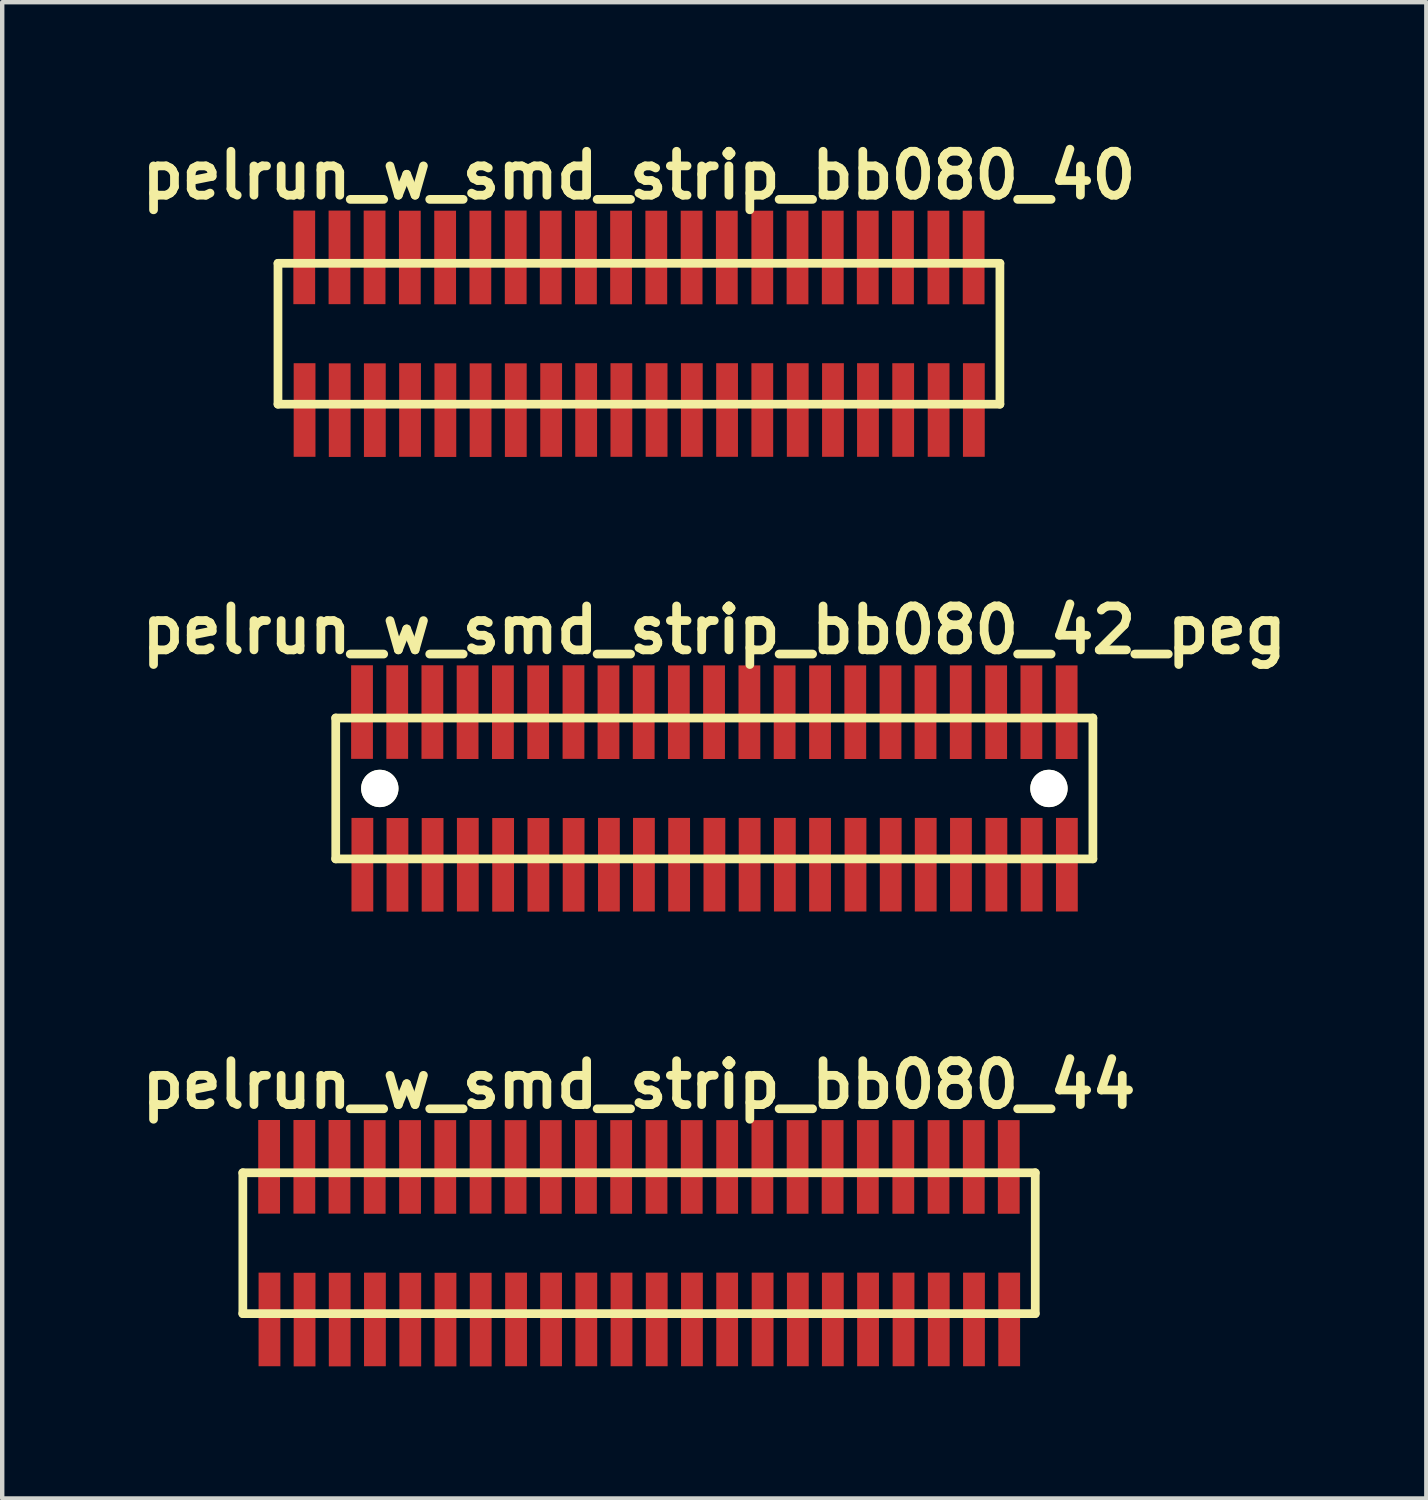
<source format=kicad_pcb>
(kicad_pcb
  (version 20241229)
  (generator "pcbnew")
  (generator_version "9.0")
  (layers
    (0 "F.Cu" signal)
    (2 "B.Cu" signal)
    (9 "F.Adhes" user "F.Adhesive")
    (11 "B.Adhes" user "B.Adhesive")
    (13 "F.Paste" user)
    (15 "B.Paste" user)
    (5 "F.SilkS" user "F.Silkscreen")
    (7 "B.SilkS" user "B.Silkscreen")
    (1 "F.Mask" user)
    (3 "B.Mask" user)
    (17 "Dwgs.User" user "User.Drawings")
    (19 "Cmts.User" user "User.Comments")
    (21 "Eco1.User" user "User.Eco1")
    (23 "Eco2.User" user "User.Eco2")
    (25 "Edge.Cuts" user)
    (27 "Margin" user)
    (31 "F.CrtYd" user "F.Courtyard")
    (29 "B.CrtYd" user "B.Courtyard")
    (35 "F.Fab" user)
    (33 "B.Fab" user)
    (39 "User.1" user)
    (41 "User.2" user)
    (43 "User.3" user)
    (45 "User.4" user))
  (footprint "pelrun_w_smd_strip_bb080_42_peg"
    (layer "F.Cu")
    (at 13.174 14.859)
    (property "Reference" "pelrun_w_smd_strip_bb080_42_peg" (at 0 -3.599 0) (layer "F.SilkS") (effects (font (size 0.998 0.998) (thickness 0.198))))
    (attr through_hole)
    (fp_line (start -8.6 -1.6) (end 8.6 -1.6) (stroke (width 0.198) (type solid)) (layer "F.SilkS"))
    (fp_line (start -8.598 -1.6) (end -8.598 1.6) (stroke (width 0.198) (type solid)) (layer "F.SilkS"))
    (fp_line (start 8.6 1.6) (end -8.6 1.6) (stroke (width 0.198) (type solid)) (layer "F.SilkS"))
    (fp_line (start 8.6 1.6) (end 8.6 -1.6) (stroke (width 0.198) (type solid)) (layer "F.SilkS"))
    (pad "" np_thru_hole circle (at -7.597 0) (size 0.848 0.848) (drill 0.848) (layers "*.Cu" "*.Mask" "F.SilkS"))
    (pad "" np_thru_hole circle (at 7.602 0) (size 0.848 0.848) (drill 0.848) (layers "*.Cu" "*.Mask" "F.SilkS"))
    (pad "1" smd rect (at -7.993 1.732) (size 0.495 2.126) (layers "F.Cu" "F.Mask" "F.Paste"))
    (pad "2" smd rect (at -8.001 -1.735) (size 0.495 2.126) (layers "F.Cu" "F.Mask" "F.Paste"))
    (pad "3" smd rect (at -7.196 1.735) (size 0.495 2.126) (layers "F.Cu" "F.Mask" "F.Paste"))
    (pad "4" smd rect (at -7.201 -1.735) (size 0.495 2.126) (layers "F.Cu" "F.Mask" "F.Paste"))
    (pad "5" smd rect (at -6.398 1.735) (size 0.495 2.126) (layers "F.Cu" "F.Mask" "F.Paste"))
    (pad "6" smd rect (at -6.403 -1.735) (size 0.495 2.126) (layers "F.Cu" "F.Mask" "F.Paste"))
    (pad "7" smd rect (at -5.598 1.732) (size 0.495 2.126) (layers "F.Cu" "F.Mask" "F.Paste"))
    (pad "8" smd rect (at -5.603 -1.732) (size 0.495 2.126) (layers "F.Cu" "F.Mask" "F.Paste"))
    (pad "9" smd rect (at -4.796 1.735) (size 0.495 2.126) (layers "F.Cu" "F.Mask" "F.Paste"))
    (pad "10" smd rect (at -4.801 -1.732) (size 0.495 2.126) (layers "F.Cu" "F.Mask" "F.Paste"))
    (pad "11" smd rect (at -3.995 1.735) (size 0.495 2.126) (layers "F.Cu" "F.Mask" "F.Paste"))
    (pad "12" smd rect (at -4 -1.732) (size 0.495 2.126) (layers "F.Cu" "F.Mask" "F.Paste"))
    (pad "13" smd rect (at -3.195 1.735) (size 0.495 2.126) (layers "F.Cu" "F.Mask" "F.Paste"))
    (pad "14" smd rect (at -3.198 -1.735) (size 0.495 2.126) (layers "F.Cu" "F.Mask" "F.Paste"))
    (pad "15" smd rect (at -2.393 1.732) (size 0.495 2.126) (layers "F.Cu" "F.Mask" "F.Paste"))
    (pad "16" smd rect (at -2.403 -1.732) (size 0.495 2.126) (layers "F.Cu" "F.Mask" "F.Paste"))
    (pad "17" smd rect (at -1.598 1.732) (size 0.495 2.126) (layers "F.Cu" "F.Mask" "F.Paste"))
    (pad "18" smd rect (at -1.603 -1.732) (size 0.495 2.126) (layers "F.Cu" "F.Mask" "F.Paste"))
    (pad "19" smd rect (at -0.798 1.732) (size 0.495 2.126) (layers "F.Cu" "F.Mask" "F.Paste"))
    (pad "20" smd rect (at -0.805 -1.732) (size 0.495 2.126) (layers "F.Cu" "F.Mask" "F.Paste"))
    (pad "21" smd rect (at 0.003 1.732) (size 0.495 2.126) (layers "F.Cu" "F.Mask" "F.Paste"))
    (pad "22" smd rect (at -0.005 -1.732) (size 0.495 2.126) (layers "F.Cu" "F.Mask" "F.Paste"))
    (pad "23" smd rect (at 0.803 1.732) (size 0.495 2.126) (layers "F.Cu" "F.Mask" "F.Paste"))
    (pad "24" smd rect (at 0.798 -1.732) (size 0.495 2.126) (layers "F.Cu" "F.Mask" "F.Paste"))
    (pad "25" smd rect (at 1.603 1.732) (size 0.495 2.126) (layers "F.Cu" "F.Mask" "F.Paste"))
    (pad "26" smd rect (at 1.598 -1.732) (size 0.495 2.126) (layers "F.Cu" "F.Mask" "F.Paste"))
    (pad "27" smd rect (at 2.403 1.732) (size 0.495 2.126) (layers "F.Cu" "F.Mask" "F.Paste"))
    (pad "28" smd rect (at 2.403 -1.732) (size 0.495 2.126) (layers "F.Cu" "F.Mask" "F.Paste"))
    (pad "29" smd rect (at 3.208 1.732) (size 0.495 2.126) (layers "F.Cu" "F.Mask" "F.Paste"))
    (pad "30" smd rect (at 3.203 -1.732) (size 0.495 2.126) (layers "F.Cu" "F.Mask" "F.Paste"))
    (pad "31" smd rect (at 4.008 1.732) (size 0.495 2.126) (layers "F.Cu" "F.Mask" "F.Paste"))
    (pad "32" smd rect (at 4.003 -1.732) (size 0.495 2.126) (layers "F.Cu" "F.Mask" "F.Paste"))
    (pad "33" smd rect (at 4.803 1.732) (size 0.495 2.126) (layers "F.Cu" "F.Mask" "F.Paste"))
    (pad "34" smd rect (at 4.798 -1.732) (size 0.495 2.126) (layers "F.Cu" "F.Mask" "F.Paste"))
    (pad "35" smd rect (at 5.603 1.732) (size 0.495 2.126) (layers "F.Cu" "F.Mask" "F.Paste"))
    (pad "36" smd rect (at 5.598 -1.732) (size 0.495 2.126) (layers "F.Cu" "F.Mask" "F.Paste"))
    (pad "37" smd rect (at 6.408 1.732) (size 0.495 2.126) (layers "F.Cu" "F.Mask" "F.Paste"))
    (pad "38" smd rect (at 6.403 -1.732) (size 0.495 2.126) (layers "F.Cu" "F.Mask" "F.Paste"))
    (pad "39" smd rect (at 7.209 1.732) (size 0.495 2.126) (layers "F.Cu" "F.Mask" "F.Paste"))
    (pad "40" smd rect (at 7.203 -1.732) (size 0.495 2.126) (layers "F.Cu" "F.Mask" "F.Paste"))
    (pad "41" smd rect (at 8.009 1.732) (size 0.495 2.126) (layers "F.Cu" "F.Mask" "F.Paste"))
    (pad "42" smd rect (at 8.004 -1.732) (size 0.495 2.126) (layers "F.Cu" "F.Mask" "F.Paste")))
  (footprint "pelrun_w_smd_strip_bb080_40"
    (layer "F.Cu")
    (at 11.463 4.531)
    (property "Reference" "pelrun_w_smd_strip_bb080_40" (at 0 -3.599 0) (layer "F.SilkS") (effects (font (size 0.998 0.998) (thickness 0.198))))
    (attr through_hole)
    (fp_line (start -8.199 -1.6) (end -8.199 1.6) (stroke (width 0.198) (type solid)) (layer "F.SilkS"))
    (fp_line (start -8.199 -1.6) (end 8.199 -1.6) (stroke (width 0.198) (type solid)) (layer "F.SilkS"))
    (fp_line (start 8.199 1.6) (end -8.199 1.6) (stroke (width 0.198) (type solid)) (layer "F.SilkS"))
    (fp_line (start 8.199 1.6) (end 8.199 -1.6) (stroke (width 0.198) (type solid)) (layer "F.SilkS"))
    (pad "1" smd rect (at -7.595 1.732) (size 0.495 2.126) (layers "F.Cu" "F.Mask" "F.Paste"))
    (pad "2" smd rect (at -7.602 -1.735) (size 0.495 2.126) (layers "F.Cu" "F.Mask" "F.Paste"))
    (pad "3" smd rect (at -6.797 1.735) (size 0.495 2.126) (layers "F.Cu" "F.Mask" "F.Paste"))
    (pad "4" smd rect (at -6.802 -1.735) (size 0.495 2.126) (layers "F.Cu" "F.Mask" "F.Paste"))
    (pad "5" smd rect (at -5.999 1.735) (size 0.495 2.126) (layers "F.Cu" "F.Mask" "F.Paste"))
    (pad "6" smd rect (at -6.005 -1.735) (size 0.495 2.126) (layers "F.Cu" "F.Mask" "F.Paste"))
    (pad "7" smd rect (at -5.199 1.732) (size 0.495 2.126) (layers "F.Cu" "F.Mask" "F.Paste"))
    (pad "8" smd rect (at -5.204 -1.732) (size 0.495 2.126) (layers "F.Cu" "F.Mask" "F.Paste"))
    (pad "9" smd rect (at -4.397 1.735) (size 0.495 2.126) (layers "F.Cu" "F.Mask" "F.Paste"))
    (pad "10" smd rect (at -4.402 -1.732) (size 0.495 2.126) (layers "F.Cu" "F.Mask" "F.Paste"))
    (pad "11" smd rect (at -3.597 1.735) (size 0.495 2.126) (layers "F.Cu" "F.Mask" "F.Paste"))
    (pad "12" smd rect (at -3.602 -1.732) (size 0.495 2.126) (layers "F.Cu" "F.Mask" "F.Paste"))
    (pad "13" smd rect (at -2.797 1.735) (size 0.495 2.126) (layers "F.Cu" "F.Mask" "F.Paste"))
    (pad "14" smd rect (at -2.799 -1.735) (size 0.495 2.126) (layers "F.Cu" "F.Mask" "F.Paste"))
    (pad "15" smd rect (at -1.994 1.732) (size 0.495 2.126) (layers "F.Cu" "F.Mask" "F.Paste"))
    (pad "16" smd rect (at -2.004 -1.732) (size 0.495 2.126) (layers "F.Cu" "F.Mask" "F.Paste"))
    (pad "17" smd rect (at -1.199 1.732) (size 0.495 2.126) (layers "F.Cu" "F.Mask" "F.Paste"))
    (pad "18" smd rect (at -1.204 -1.732) (size 0.495 2.126) (layers "F.Cu" "F.Mask" "F.Paste"))
    (pad "19" smd rect (at -0.399 1.732) (size 0.495 2.126) (layers "F.Cu" "F.Mask" "F.Paste"))
    (pad "20" smd rect (at -0.406 -1.732) (size 0.495 2.126) (layers "F.Cu" "F.Mask" "F.Paste"))
    (pad "21" smd rect (at 0.401 1.732) (size 0.495 2.126) (layers "F.Cu" "F.Mask" "F.Paste"))
    (pad "22" smd rect (at 0.394 -1.732) (size 0.495 2.126) (layers "F.Cu" "F.Mask" "F.Paste"))
    (pad "23" smd rect (at 1.201 1.732) (size 0.495 2.126) (layers "F.Cu" "F.Mask" "F.Paste"))
    (pad "24" smd rect (at 1.196 -1.732) (size 0.495 2.126) (layers "F.Cu" "F.Mask" "F.Paste"))
    (pad "25" smd rect (at 2.002 1.732) (size 0.495 2.126) (layers "F.Cu" "F.Mask" "F.Paste"))
    (pad "26" smd rect (at 1.996 -1.732) (size 0.495 2.126) (layers "F.Cu" "F.Mask" "F.Paste"))
    (pad "27" smd rect (at 2.802 1.732) (size 0.495 2.126) (layers "F.Cu" "F.Mask" "F.Paste"))
    (pad "28" smd rect (at 2.802 -1.732) (size 0.495 2.126) (layers "F.Cu" "F.Mask" "F.Paste"))
    (pad "29" smd rect (at 3.607 1.732) (size 0.495 2.126) (layers "F.Cu" "F.Mask" "F.Paste"))
    (pad "30" smd rect (at 3.602 -1.732) (size 0.495 2.126) (layers "F.Cu" "F.Mask" "F.Paste"))
    (pad "31" smd rect (at 4.407 1.732) (size 0.495 2.126) (layers "F.Cu" "F.Mask" "F.Paste"))
    (pad "32" smd rect (at 4.402 -1.732) (size 0.495 2.126) (layers "F.Cu" "F.Mask" "F.Paste"))
    (pad "33" smd rect (at 5.202 1.732) (size 0.495 2.126) (layers "F.Cu" "F.Mask" "F.Paste"))
    (pad "34" smd rect (at 5.197 -1.732) (size 0.495 2.126) (layers "F.Cu" "F.Mask" "F.Paste"))
    (pad "35" smd rect (at 6.002 1.732) (size 0.495 2.126) (layers "F.Cu" "F.Mask" "F.Paste"))
    (pad "36" smd rect (at 5.997 -1.732) (size 0.495 2.126) (layers "F.Cu" "F.Mask" "F.Paste"))
    (pad "37" smd rect (at 6.807 1.732) (size 0.495 2.126) (layers "F.Cu" "F.Mask" "F.Paste"))
    (pad "38" smd rect (at 6.802 -1.732) (size 0.495 2.126) (layers "F.Cu" "F.Mask" "F.Paste"))
    (pad "39" smd rect (at 7.607 1.732) (size 0.495 2.126) (layers "F.Cu" "F.Mask" "F.Paste"))
    (pad "40" smd rect (at 7.602 -1.732) (size 0.495 2.126) (layers "F.Cu" "F.Mask" "F.Paste")))
  (footprint "pelrun_w_smd_strip_bb080_44"
    (layer "F.Cu")
    (at 11.463 25.188)
    (property "Reference" "pelrun_w_smd_strip_bb080_44" (at 0 -3.599 0) (layer "F.SilkS") (effects (font (size 0.998 0.998) (thickness 0.198))))
    (attr through_hole)
    (fp_line (start -8.999 -1.6) (end 9.002 -1.6) (stroke (width 0.198) (type solid)) (layer "F.SilkS"))
    (fp_line (start -8.997 -1.6) (end -8.997 1.6) (stroke (width 0.198) (type solid)) (layer "F.SilkS"))
    (fp_line (start 9.002 1.6) (end -8.999 1.6) (stroke (width 0.198) (type solid)) (layer "F.SilkS"))
    (fp_line (start 9.002 1.6) (end 9.002 -1.6) (stroke (width 0.198) (type solid)) (layer "F.SilkS"))
    (pad "1" smd rect (at -8.392 1.732) (size 0.495 2.126) (layers "F.Cu" "F.Mask" "F.Paste"))
    (pad "2" smd rect (at -8.4 -1.735) (size 0.495 2.126) (layers "F.Cu" "F.Mask" "F.Paste"))
    (pad "3" smd rect (at -7.595 1.735) (size 0.495 2.126) (layers "F.Cu" "F.Mask" "F.Paste"))
    (pad "4" smd rect (at -7.6 -1.735) (size 0.495 2.126) (layers "F.Cu" "F.Mask" "F.Paste"))
    (pad "5" smd rect (at -6.797 1.735) (size 0.495 2.126) (layers "F.Cu" "F.Mask" "F.Paste"))
    (pad "6" smd rect (at -6.802 -1.735) (size 0.495 2.126) (layers "F.Cu" "F.Mask" "F.Paste"))
    (pad "7" smd rect (at -5.997 1.732) (size 0.495 2.126) (layers "F.Cu" "F.Mask" "F.Paste"))
    (pad "8" smd rect (at -6.002 -1.732) (size 0.495 2.126) (layers "F.Cu" "F.Mask" "F.Paste"))
    (pad "9" smd rect (at -5.194 1.735) (size 0.495 2.126) (layers "F.Cu" "F.Mask" "F.Paste"))
    (pad "10" smd rect (at -5.199 -1.732) (size 0.495 2.126) (layers "F.Cu" "F.Mask" "F.Paste"))
    (pad "11" smd rect (at -4.394 1.735) (size 0.495 2.126) (layers "F.Cu" "F.Mask" "F.Paste"))
    (pad "12" smd rect (at -4.399 -1.732) (size 0.495 2.126) (layers "F.Cu" "F.Mask" "F.Paste"))
    (pad "13" smd rect (at -3.594 1.735) (size 0.495 2.126) (layers "F.Cu" "F.Mask" "F.Paste"))
    (pad "14" smd rect (at -3.597 -1.735) (size 0.495 2.126) (layers "F.Cu" "F.Mask" "F.Paste"))
    (pad "15" smd rect (at -2.791 1.732) (size 0.495 2.126) (layers "F.Cu" "F.Mask" "F.Paste"))
    (pad "16" smd rect (at -2.802 -1.732) (size 0.495 2.126) (layers "F.Cu" "F.Mask" "F.Paste"))
    (pad "17" smd rect (at -1.996 1.732) (size 0.495 2.126) (layers "F.Cu" "F.Mask" "F.Paste"))
    (pad "18" smd rect (at -2.002 -1.732) (size 0.495 2.126) (layers "F.Cu" "F.Mask" "F.Paste"))
    (pad "19" smd rect (at -1.196 1.732) (size 0.495 2.126) (layers "F.Cu" "F.Mask" "F.Paste"))
    (pad "20" smd rect (at -1.204 -1.732) (size 0.495 2.126) (layers "F.Cu" "F.Mask" "F.Paste"))
    (pad "21" smd rect (at -0.396 1.732) (size 0.495 2.126) (layers "F.Cu" "F.Mask" "F.Paste"))
    (pad "22" smd rect (at -0.404 -1.732) (size 0.495 2.126) (layers "F.Cu" "F.Mask" "F.Paste"))
    (pad "23" smd rect (at 0.404 1.732) (size 0.495 2.126) (layers "F.Cu" "F.Mask" "F.Paste"))
    (pad "24" smd rect (at 0.399 -1.732) (size 0.495 2.126) (layers "F.Cu" "F.Mask" "F.Paste"))
    (pad "25" smd rect (at 1.204 1.732) (size 0.495 2.126) (layers "F.Cu" "F.Mask" "F.Paste"))
    (pad "26" smd rect (at 1.199 -1.732) (size 0.495 2.126) (layers "F.Cu" "F.Mask" "F.Paste"))
    (pad "27" smd rect (at 2.004 1.732) (size 0.495 2.126) (layers "F.Cu" "F.Mask" "F.Paste"))
    (pad "28" smd rect (at 2.004 -1.732) (size 0.495 2.126) (layers "F.Cu" "F.Mask" "F.Paste"))
    (pad "29" smd rect (at 2.809 1.732) (size 0.495 2.126) (layers "F.Cu" "F.Mask" "F.Paste"))
    (pad "30" smd rect (at 2.804 -1.732) (size 0.495 2.126) (layers "F.Cu" "F.Mask" "F.Paste"))
    (pad "31" smd rect (at 3.609 1.732) (size 0.495 2.126) (layers "F.Cu" "F.Mask" "F.Paste"))
    (pad "32" smd rect (at 3.604 -1.732) (size 0.495 2.126) (layers "F.Cu" "F.Mask" "F.Paste"))
    (pad "33" smd rect (at 4.404 1.732) (size 0.495 2.126) (layers "F.Cu" "F.Mask" "F.Paste"))
    (pad "34" smd rect (at 4.399 -1.732) (size 0.495 2.126) (layers "F.Cu" "F.Mask" "F.Paste"))
    (pad "35" smd rect (at 5.204 1.732) (size 0.495 2.126) (layers "F.Cu" "F.Mask" "F.Paste"))
    (pad "36" smd rect (at 5.199 -1.732) (size 0.495 2.126) (layers "F.Cu" "F.Mask" "F.Paste"))
    (pad "37" smd rect (at 6.01 1.732) (size 0.495 2.126) (layers "F.Cu" "F.Mask" "F.Paste"))
    (pad "38" smd rect (at 6.005 -1.732) (size 0.495 2.126) (layers "F.Cu" "F.Mask" "F.Paste"))
    (pad "39" smd rect (at 6.81 1.732) (size 0.495 2.126) (layers "F.Cu" "F.Mask" "F.Paste"))
    (pad "40" smd rect (at 6.805 -1.732) (size 0.495 2.126) (layers "F.Cu" "F.Mask" "F.Paste"))
    (pad "41" smd rect (at 7.61 1.732) (size 0.495 2.126) (layers "F.Cu" "F.Mask" "F.Paste"))
    (pad "42" smd rect (at 7.605 -1.732) (size 0.495 2.126) (layers "F.Cu" "F.Mask" "F.Paste"))
    (pad "43" smd rect (at 8.41 1.732) (size 0.495 2.126) (layers "F.Cu" "F.Mask" "F.Paste"))
    (pad "44" smd rect (at 8.4 -1.732) (size 0.495 2.126) (layers "F.Cu" "F.Mask" "F.Paste")))
  (gr_rect
    (start -3 -3)
    (end 29.348 30.986)
    (stroke (width 0.1) (type default))
    (fill no)
    (layer "Edge.Cuts")))
</source>
